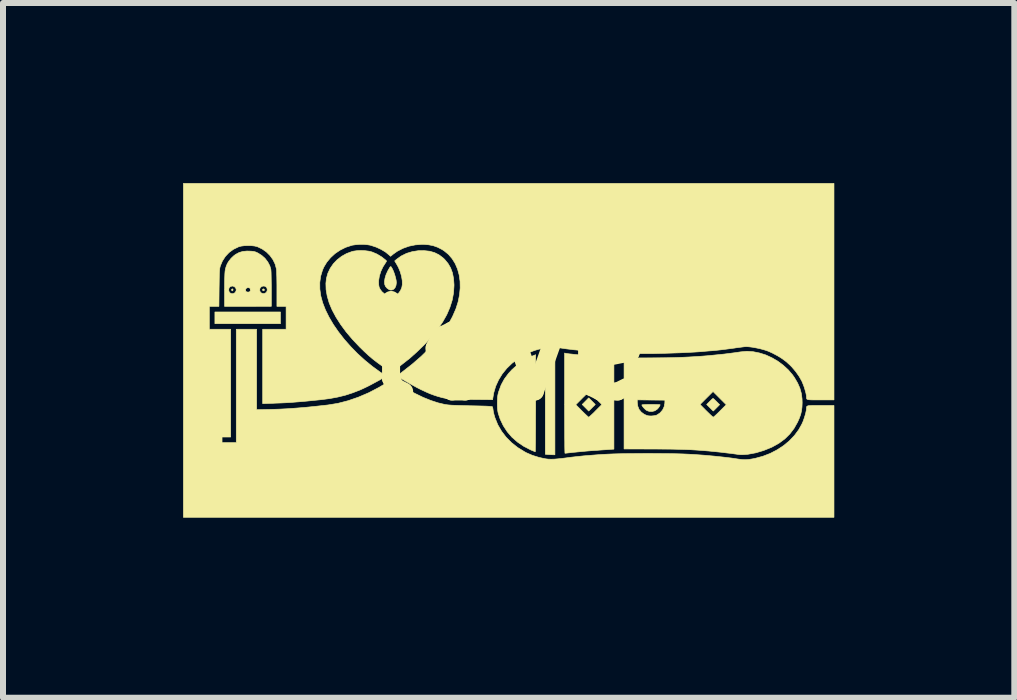
<source format=kicad_pcb>
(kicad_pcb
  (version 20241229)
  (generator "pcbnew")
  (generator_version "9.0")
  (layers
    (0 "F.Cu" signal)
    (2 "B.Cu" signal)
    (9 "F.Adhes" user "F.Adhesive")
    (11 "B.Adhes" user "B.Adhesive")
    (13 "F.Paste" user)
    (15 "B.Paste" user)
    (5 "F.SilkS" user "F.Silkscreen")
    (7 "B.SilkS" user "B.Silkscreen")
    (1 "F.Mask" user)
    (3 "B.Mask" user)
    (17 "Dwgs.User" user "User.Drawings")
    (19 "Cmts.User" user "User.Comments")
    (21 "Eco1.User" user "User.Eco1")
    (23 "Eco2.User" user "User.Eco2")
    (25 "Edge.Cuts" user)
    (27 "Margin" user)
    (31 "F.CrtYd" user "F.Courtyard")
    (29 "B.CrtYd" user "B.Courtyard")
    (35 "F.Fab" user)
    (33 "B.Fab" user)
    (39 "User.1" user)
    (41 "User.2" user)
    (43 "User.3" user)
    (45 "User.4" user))
  (footprint "love"
    (layer "F.Cu")
    (at 5.424 2.782)
    (property "Reference" "love" (at 0 0 0) (layer "F.SilkS") (effects (font (size 1.524 1.524) (thickness 0.3))))
    (attr through_hole)
    (fp_poly (pts (xy -3.802 -0.44) (xy -4.894 -0.44) (xy -4.894 -0.635) (xy -3.802 -0.635) (xy -3.802 -0.44)) (stroke (width 0.01) (type solid)) (fill yes) (layer "F.SilkS"))
    (fp_poly (pts (xy 1.388 0.851) (xy 1.443 0.906) (xy 1.333 1.016) (xy 1.279 0.961) (xy 1.224 0.906) (xy 1.279 0.851) (xy 1.333 0.796) (xy 1.388 0.851)) (stroke (width 0.01) (type solid)) (fill yes) (layer "F.SilkS"))
    (fp_poly (pts (xy -4.073 -1.013) (xy -4.069 -1) (xy -4.075 -0.992) (xy -4.088 -0.987) (xy -4.097 -0.994) (xy -4.102 -1.006) (xy -4.095 -1.015) (xy -4.082 -1.02) (xy -4.073 -1.013)) (stroke (width 0.01) (type solid)) (fill yes) (layer "F.SilkS"))
    (fp_poly (pts (xy -4.592 -1.012) (xy -4.594 -0.997) (xy -4.595 -0.994) (xy -4.603 -0.986) (xy -4.612 -0.992) (xy -4.613 -0.993) (xy -4.618 -1.006) (xy -4.611 -1.015) (xy -4.598 -1.02) (xy -4.592 -1.012)) (stroke (width 0.01) (type solid)) (fill yes) (layer "F.SilkS"))
    (fp_poly (pts (xy 3.412 0.81) (xy 3.429 0.825) (xy 3.452 0.847) (xy 3.462 0.857) (xy 3.514 0.909) (xy 3.461 0.963) (xy 3.438 0.986) (xy 3.419 1.005) (xy 3.409 1.015) (xy 3.408 1.016) (xy 3.402 1.01) (xy 3.387 0.995) (xy 3.366 0.974) (xy 3.353 0.961) (xy 3.298 0.906) (xy 3.349 0.855) (xy 3.372 0.832) (xy 3.391 0.814) (xy 3.403 0.805) (xy 3.404 0.804) (xy 3.412 0.81)) (stroke (width 0.01) (type solid)) (fill yes) (layer "F.SilkS"))
    (fp_poly (pts (xy 0.77 1.744) (xy 0.718 1.743) (xy 0.684 1.741) (xy 0.653 1.74) (xy 0.637 1.738) (xy 0.61 1.735) (xy 0.61 0.889) (xy 0.61 0.738) (xy 0.61 0.6) (xy 0.61 0.477) (xy 0.611 0.368) (xy 0.612 0.274) (xy 0.612 0.196) (xy 0.614 0.133) (xy 0.615 0.085) (xy 0.616 0.054) (xy 0.617 0.039) (xy 0.618 0.038) (xy 0.63 0.035) (xy 0.654 0.032) (xy 0.686 0.029) (xy 0.698 0.028) (xy 0.77 0.023) (xy 0.77 1.744)) (stroke (width 0.01) (type solid)) (fill yes) (layer "F.SilkS"))
    (fp_poly (pts (xy 2.419 0.906) (xy 2.462 0.907) (xy 2.495 0.908) (xy 2.516 0.909) (xy 2.523 0.911) (xy 2.518 0.926) (xy 2.505 0.948) (xy 2.488 0.97) (xy 2.475 0.984) (xy 2.435 1.011) (xy 2.389 1.023) (xy 2.341 1.021) (xy 2.301 1.007) (xy 2.281 0.993) (xy 2.259 0.972) (xy 2.238 0.948) (xy 2.223 0.927) (xy 2.218 0.913) (xy 2.226 0.911) (xy 2.249 0.909) (xy 2.282 0.907) (xy 2.325 0.906) (xy 2.371 0.906) (xy 2.419 0.906)) (stroke (width 0.01) (type solid)) (fill yes) (layer "F.SilkS"))
    (fp_poly (pts (xy -1.958 -1.387) (xy -1.958 -1.387) (xy -1.939 -1.356) (xy -1.919 -1.313) (xy -1.901 -1.264) (xy -1.886 -1.212) (xy -1.875 -1.164) (xy -1.871 -1.124) (xy -1.871 -1.123) (xy -1.877 -1.078) (xy -1.892 -1.041) (xy -1.914 -1.015) (xy -1.943 -1.001) (xy -1.975 -1.001) (xy -1.99 -1.006) (xy -2.026 -1.031) (xy -2.053 -1.063) (xy -2.066 -1.097) (xy -2.069 -1.142) (xy -2.061 -1.195) (xy -2.044 -1.253) (xy -2.017 -1.313) (xy -2.013 -1.321) (xy -1.993 -1.356) (xy -1.98 -1.378) (xy -1.971 -1.389) (xy -1.964 -1.391) (xy -1.958 -1.387)) (stroke (width 0.01) (type solid)) (fill yes) (layer "F.SilkS"))
    (fp_poly (pts (xy 0.449 0.885) (xy 0.449 1.001) (xy 0.448 1.111) (xy 0.448 1.216) (xy 0.448 1.313) (xy 0.447 1.401) (xy 0.447 1.481) (xy 0.446 1.549) (xy 0.445 1.605) (xy 0.444 1.649) (xy 0.444 1.678) (xy 0.443 1.692) (xy 0.442 1.693) (xy 0.432 1.69) (xy 0.411 1.681) (xy 0.382 1.669) (xy 0.37 1.664) (xy 0.253 1.604) (xy 0.148 1.533) (xy 0.055 1.452) (xy -0.024 1.36) (xy -0.09 1.259) (xy -0.142 1.15) (xy -0.175 1.05) (xy -0.182 1.014) (xy -0.187 0.97) (xy -0.189 0.915) (xy -0.189 0.881) (xy -0.188 0.83) (xy -0.186 0.791) (xy -0.182 0.758) (xy -0.176 0.728) (xy -0.167 0.693) (xy -0.166 0.692) (xy -0.126 0.582) (xy -0.072 0.482) (xy -0.003 0.389) (xy 0.055 0.326) (xy 0.151 0.24) (xy 0.255 0.168) (xy 0.364 0.111) (xy 0.397 0.098) (xy 0.449 0.077) (xy 0.449 0.885)) (stroke (width 0.01) (type solid)) (fill yes) (layer "F.SilkS"))
    (fp_poly (pts (xy 0.95 0.054) (xy 0.962 0.056) (xy 0.982 0.059) (xy 1.011 0.063) (xy 1.052 0.067) (xy 1.105 0.073) (xy 1.173 0.08) (xy 1.211 0.084) (xy 1.28 0.091) (xy 1.362 0.098) (xy 1.452 0.104) (xy 1.545 0.11) (xy 1.636 0.115) (xy 1.645 0.116) (xy 1.753 0.121) (xy 1.753 1.65) (xy 1.691 1.654) (xy 1.665 1.656) (xy 1.625 1.659) (xy 1.575 1.662) (xy 1.518 1.666) (xy 1.458 1.671) (xy 1.431 1.672) (xy 1.363 1.677) (xy 1.291 1.683) (xy 1.218 1.69) (xy 1.152 1.696) (xy 1.096 1.702) (xy 1.088 1.702) (xy 1.04 1.708) (xy 0.999 1.712) (xy 0.966 1.716) (xy 0.944 1.718) (xy 0.938 1.719) (xy 0.937 1.71) (xy 0.936 1.686) (xy 0.935 1.648) (xy 0.934 1.595) (xy 0.934 1.531) (xy 0.933 1.455) (xy 0.933 1.369) (xy 0.932 1.274) (xy 0.932 1.172) (xy 0.931 1.062) (xy 0.931 0.948) (xy 0.931 0.91) (xy 1.118 0.91) (xy 1.221 1.014) (xy 1.256 1.048) (xy 1.286 1.077) (xy 1.311 1.1) (xy 1.327 1.114) (xy 1.333 1.118) (xy 1.342 1.112) (xy 1.36 1.096) (xy 1.386 1.072) (xy 1.418 1.042) (xy 1.447 1.012) (xy 1.552 0.907) (xy 1.444 0.8) (xy 1.335 0.693) (xy 1.226 0.801) (xy 1.118 0.91) (xy 0.931 0.91) (xy 0.931 0.884) (xy 0.931 0.049) (xy 0.95 0.054)) (stroke (width 0.01) (type solid)) (fill yes) (layer "F.SilkS"))
    (fp_poly (pts (xy -4.322 -1.649) (xy -4.28 -1.647) (xy -4.249 -1.643) (xy -4.223 -1.637) (xy -4.196 -1.626) (xy -4.178 -1.617) (xy -4.115 -1.578) (xy -4.059 -1.528) (xy -4.013 -1.468) (xy -3.979 -1.403) (xy -3.962 -1.345) (xy -3.96 -1.326) (xy -3.958 -1.293) (xy -3.957 -1.247) (xy -3.956 -1.192) (xy -3.955 -1.129) (xy -3.954 -1.06) (xy -3.954 -1.015) (xy -3.954 -0.729) (xy -4.343 -0.728) (xy -4.733 -0.728) (xy -4.733 -1.003) (xy -4.665 -1.003) (xy -4.658 -0.973) (xy -4.641 -0.952) (xy -4.616 -0.94) (xy -4.59 -0.94) (xy -4.564 -0.953) (xy -4.556 -0.962) (xy -4.543 -0.983) (xy -4.541 -0.991) (xy -4.384 -0.991) (xy -4.378 -0.978) (xy -4.36 -0.968) (xy -4.336 -0.966) (xy -4.315 -0.972) (xy -4.311 -0.975) (xy -4.302 -0.995) (xy -4.303 -1.006) (xy -4.149 -1.006) (xy -4.142 -0.975) (xy -4.123 -0.953) (xy -4.098 -0.942) (xy -4.07 -0.942) (xy -4.043 -0.957) (xy -4.041 -0.958) (xy -4.025 -0.983) (xy -4.022 -1.013) (xy -4.031 -1.041) (xy -4.039 -1.05) (xy -4.064 -1.065) (xy -4.092 -1.067) (xy -4.118 -1.057) (xy -4.139 -1.038) (xy -4.148 -1.011) (xy -4.149 -1.006) (xy -4.303 -1.006) (xy -4.304 -1.017) (xy -4.313 -1.033) (xy -4.33 -1.039) (xy -4.349 -1.04) (xy -4.37 -1.031) (xy -4.382 -1.013) (xy -4.384 -0.991) (xy -4.541 -0.991) (xy -4.538 -1.003) (xy -4.538 -1.003) (xy -4.546 -1.031) (xy -4.566 -1.054) (xy -4.593 -1.066) (xy -4.602 -1.067) (xy -4.634 -1.06) (xy -4.656 -1.04) (xy -4.665 -1.009) (xy -4.665 -1.003) (xy -4.733 -1.003) (xy -4.733 -1.01) (xy -4.733 -1.095) (xy -4.732 -1.167) (xy -4.73 -1.225) (xy -4.728 -1.273) (xy -4.725 -1.312) (xy -4.72 -1.344) (xy -4.713 -1.372) (xy -4.705 -1.397) (xy -4.695 -1.422) (xy -4.687 -1.441) (xy -4.66 -1.484) (xy -4.624 -1.529) (xy -4.582 -1.569) (xy -4.549 -1.594) (xy -4.491 -1.625) (xy -4.43 -1.643) (xy -4.361 -1.65) (xy -4.322 -1.649)) (stroke (width 0.01) (type solid)) (fill yes) (layer "F.SilkS"))
    (fp_poly (pts (xy -2.395 -1.656) (xy -2.332 -1.648) (xy -2.278 -1.635) (xy -2.278 -1.635) (xy -2.195 -1.6) (xy -2.114 -1.551) (xy -2.046 -1.497) (xy -2.037 -1.487) (xy -2.036 -1.478) (xy -2.045 -1.464) (xy -2.051 -1.455) (xy -2.095 -1.386) (xy -2.13 -1.311) (xy -2.154 -1.234) (xy -2.166 -1.161) (xy -2.167 -1.135) (xy -2.165 -1.085) (xy -2.158 -1.047) (xy -2.142 -1.014) (xy -2.117 -0.98) (xy -2.107 -0.969) (xy -2.061 -0.93) (xy -2.013 -0.906) (xy -1.964 -0.897) (xy -1.916 -0.902) (xy -1.872 -0.92) (xy -1.833 -0.95) (xy -1.802 -0.992) (xy -1.78 -1.044) (xy -1.772 -1.091) (xy -1.773 -1.157) (xy -1.785 -1.23) (xy -1.807 -1.305) (xy -1.838 -1.38) (xy -1.868 -1.434) (xy -1.899 -1.485) (xy -1.869 -1.511) (xy -1.791 -1.567) (xy -1.702 -1.611) (xy -1.606 -1.64) (xy -1.504 -1.656) (xy -1.41 -1.657) (xy -1.317 -1.647) (xy -1.236 -1.624) (xy -1.163 -1.588) (xy -1.097 -1.539) (xy -1.066 -1.51) (xy -1.01 -1.442) (xy -0.967 -1.368) (xy -0.937 -1.287) (xy -0.919 -1.195) (xy -0.911 -1.093) (xy -0.911 -1.071) (xy -0.919 -0.951) (xy -0.941 -0.832) (xy -0.979 -0.712) (xy -1.031 -0.591) (xy -1.099 -0.47) (xy -1.183 -0.348) (xy -1.282 -0.223) (xy -1.398 -0.097) (xy -1.53 0.031) (xy -1.647 0.136) (xy -1.664 0.15) (xy -1.692 0.171) (xy -1.727 0.199) (xy -1.767 0.23) (xy -1.809 0.263) (xy -1.85 0.294) (xy -1.887 0.322) (xy -1.905 0.335) (xy -1.952 0.37) (xy -2.011 0.331) (xy -2.106 0.267) (xy -2.189 0.207) (xy -2.264 0.149) (xy -2.336 0.088) (xy -2.407 0.022) (xy -2.481 -0.05) (xy -2.601 -0.177) (xy -2.707 -0.302) (xy -2.799 -0.427) (xy -2.877 -0.549) (xy -2.941 -0.669) (xy -2.99 -0.785) (xy -3.023 -0.899) (xy -3.042 -1.008) (xy -3.045 -1.112) (xy -3.036 -1.194) (xy -3.012 -1.281) (xy -2.973 -1.362) (xy -2.921 -1.438) (xy -2.857 -1.505) (xy -2.783 -1.562) (xy -2.701 -1.608) (xy -2.612 -1.641) (xy -2.584 -1.648) (xy -2.527 -1.656) (xy -2.462 -1.659) (xy -2.395 -1.656)) (stroke (width 0.01) (type solid)) (fill yes) (layer "F.SilkS"))
    (fp_poly (pts (xy 4.073 0.027) (xy 4.178 0.048) (xy 4.283 0.081) (xy 4.385 0.128) (xy 4.483 0.185) (xy 4.574 0.253) (xy 4.657 0.329) (xy 4.73 0.415) (xy 4.762 0.461) (xy 4.814 0.55) (xy 4.851 0.635) (xy 4.875 0.721) (xy 4.887 0.812) (xy 4.889 0.876) (xy 4.886 0.949) (xy 4.878 1.013) (xy 4.864 1.073) (xy 4.841 1.136) (xy 4.813 1.199) (xy 4.754 1.304) (xy 4.683 1.397) (xy 4.6 1.479) (xy 4.504 1.55) (xy 4.395 1.611) (xy 4.382 1.618) (xy 4.249 1.672) (xy 4.118 1.711) (xy 3.989 1.735) (xy 3.981 1.736) (xy 3.935 1.74) (xy 3.899 1.742) (xy 3.865 1.742) (xy 3.828 1.739) (xy 3.782 1.732) (xy 3.772 1.731) (xy 3.738 1.726) (xy 3.691 1.72) (xy 3.637 1.714) (xy 3.58 1.707) (xy 3.539 1.702) (xy 3.432 1.691) (xy 3.331 1.681) (xy 3.233 1.673) (xy 3.136 1.666) (xy 3.038 1.66) (xy 2.936 1.656) (xy 2.827 1.653) (xy 2.71 1.65) (xy 2.582 1.649) (xy 2.439 1.648) (xy 2.385 1.648) (xy 1.922 1.647) (xy 1.922 0.889) (xy 1.922 0.829) (xy 2.142 0.829) (xy 2.142 0.87) (xy 2.15 0.933) (xy 2.171 0.987) (xy 2.208 1.033) (xy 2.258 1.07) (xy 2.302 1.089) (xy 2.333 1.096) (xy 2.374 1.098) (xy 2.416 1.094) (xy 2.454 1.087) (xy 2.472 1.08) (xy 2.523 1.045) (xy 2.563 0.999) (xy 2.589 0.945) (xy 2.597 0.906) (xy 3.188 0.906) (xy 3.293 1.012) (xy 3.328 1.046) (xy 3.359 1.076) (xy 3.384 1.099) (xy 3.401 1.113) (xy 3.408 1.118) (xy 3.416 1.112) (xy 3.435 1.096) (xy 3.461 1.072) (xy 3.492 1.042) (xy 3.52 1.014) (xy 3.624 0.91) (xy 3.514 0.8) (xy 3.404 0.69) (xy 3.296 0.798) (xy 3.188 0.906) (xy 2.597 0.906) (xy 2.601 0.887) (xy 2.601 0.883) (xy 2.603 0.834) (xy 2.373 0.832) (xy 2.142 0.829) (xy 1.922 0.829) (xy 1.922 0.131) (xy 2.347 0.13) (xy 2.468 0.129) (xy 2.575 0.128) (xy 2.67 0.127) (xy 2.758 0.125) (xy 2.841 0.122) (xy 2.922 0.119) (xy 3.004 0.115) (xy 3.09 0.11) (xy 3.183 0.104) (xy 3.213 0.102) (xy 3.301 0.095) (xy 3.396 0.086) (xy 3.495 0.076) (xy 3.593 0.066) (xy 3.687 0.054) (xy 3.773 0.043) (xy 3.847 0.032) (xy 3.869 0.029) (xy 3.969 0.02) (xy 4.073 0.027)) (stroke (width 0.01) (type solid)) (fill yes) (layer "F.SilkS"))
    (fp_poly (pts (xy 5.419 0.83) (xy 5.195 0.83) (xy 5.126 0.83) (xy 5.072 0.83) (xy 5.032 0.829) (xy 5.002 0.827) (xy 4.983 0.823) (xy 4.97 0.818) (xy 4.964 0.811) (xy 4.962 0.8) (xy 4.961 0.787) (xy 4.961 0.779) (xy 4.958 0.75) (xy 4.95 0.711) (xy 4.937 0.664) (xy 4.922 0.614) (xy 4.904 0.567) (xy 4.887 0.526) (xy 4.885 0.52) (xy 4.839 0.439) (xy 4.782 0.358) (xy 4.716 0.28) (xy 4.683 0.247) (xy 4.622 0.192) (xy 4.555 0.142) (xy 4.481 0.096) (xy 4.396 0.051) (xy 4.339 0.025) (xy 4.296 0.008) (xy 4.243 -0.008) (xy 4.183 -0.024) (xy 4.12 -0.037) (xy 4.059 -0.048) (xy 4.003 -0.055) (xy 3.958 -0.058) (xy 3.937 -0.057) (xy 3.911 -0.054) (xy 3.873 -0.049) (xy 3.828 -0.043) (xy 3.78 -0.037) (xy 3.772 -0.035) (xy 3.689 -0.024) (xy 3.605 -0.013) (xy 3.523 -0.003) (xy 3.448 0.005) (xy 3.384 0.011) (xy 3.365 0.012) (xy 3.327 0.015) (xy 3.279 0.019) (xy 3.229 0.024) (xy 3.205 0.026) (xy 3.159 0.029) (xy 3.098 0.033) (xy 3.026 0.037) (xy 2.946 0.041) (xy 2.859 0.045) (xy 2.768 0.048) (xy 2.676 0.051) (xy 2.587 0.054) (xy 2.502 0.056) (xy 2.424 0.058) (xy 2.355 0.059) (xy 2.316 0.059) (xy 2.255 0.059) (xy 2.182 0.058) (xy 2.101 0.056) (xy 2.013 0.053) (xy 1.921 0.05) (xy 1.829 0.047) (xy 1.738 0.043) (xy 1.652 0.039) (xy 1.573 0.035) (xy 1.504 0.031) (xy 1.447 0.028) (xy 1.422 0.026) (xy 1.343 0.018) (xy 1.278 0.013) (xy 1.225 0.008) (xy 1.182 0.004) (xy 1.146 0.00049) (xy 1.115 -0.003) (xy 1.088 -0.005) (xy 1.06 -0.008) (xy 1.058 -0.009) (xy 1.017 -0.014) (xy 0.966 -0.02) (xy 0.912 -0.028) (xy 0.864 -0.035) (xy 0.799 -0.043) (xy 0.746 -0.048) (xy 0.7 -0.048) (xy 0.682 -0.047) (xy 0.622 -0.039) (xy 0.556 -0.027) (xy 0.492 -0.012) (xy 0.435 0.005) (xy 0.421 0.01) (xy 0.391 0.021) (xy 0.363 0.032) (xy 0.351 0.036) (xy 0.332 0.044) (xy 0.303 0.058) (xy 0.27 0.075) (xy 0.263 0.078) (xy 0.154 0.144) (xy 0.055 0.22) (xy -0.033 0.305) (xy -0.108 0.398) (xy -0.169 0.498) (xy -0.217 0.603) (xy -0.249 0.712) (xy -0.257 0.758) (xy -0.268 0.826) (xy -0.61 0.823) (xy -0.707 0.822) (xy -0.789 0.821) (xy -0.858 0.819) (xy -0.917 0.817) (xy -0.967 0.814) (xy -1.01 0.809) (xy -1.049 0.804) (xy -1.085 0.797) (xy -1.12 0.789) (xy -1.157 0.778) (xy -1.177 0.773) (xy -1.242 0.752) (xy -1.307 0.728) (xy -1.374 0.699) (xy -1.449 0.664) (xy -1.486 0.646) (xy -1.529 0.624) (xy -1.578 0.597) (xy -1.63 0.568) (xy -1.682 0.538) (xy -1.732 0.509) (xy -1.775 0.483) (xy -1.81 0.461) (xy -1.834 0.445) (xy -1.837 0.442) (xy -1.856 0.427) (xy -1.773 0.364) (xy -1.608 0.235) (xy -1.457 0.104) (xy -1.322 -0.028) (xy -1.202 -0.16) (xy -1.097 -0.293) (xy -1.008 -0.425) (xy -0.936 -0.557) (xy -0.879 -0.688) (xy -0.843 -0.801) (xy -0.819 -0.919) (xy -0.808 -1.035) (xy -0.81 -1.146) (xy -0.825 -1.252) (xy -0.852 -1.35) (xy -0.891 -1.441) (xy -0.942 -1.523) (xy -1.003 -1.594) (xy -1.075 -1.653) (xy -1.109 -1.675) (xy -1.183 -1.713) (xy -1.256 -1.739) (xy -1.332 -1.754) (xy -1.417 -1.761) (xy -1.445 -1.761) (xy -1.554 -1.753) (xy -1.661 -1.731) (xy -1.762 -1.695) (xy -1.855 -1.647) (xy -1.919 -1.602) (xy -1.968 -1.562) (xy -1.994 -1.586) (xy -2.053 -1.634) (xy -2.125 -1.677) (xy -2.206 -1.715) (xy -2.291 -1.743) (xy -2.308 -1.748) (xy -2.358 -1.756) (xy -2.418 -1.761) (xy -2.482 -1.761) (xy -2.546 -1.756) (xy -2.602 -1.748) (xy -2.617 -1.744) (xy -2.715 -1.712) (xy -2.807 -1.666) (xy -2.892 -1.609) (xy -2.966 -1.541) (xy -3.03 -1.465) (xy -3.08 -1.382) (xy -3.102 -1.331) (xy -3.133 -1.229) (xy -3.147 -1.124) (xy -3.146 -1.015) (xy -3.13 -0.902) (xy -3.099 -0.788) (xy -3.053 -0.67) (xy -2.993 -0.549) (xy -2.92 -0.425) (xy -2.834 -0.301) (xy -2.738 -0.178) (xy -2.632 -0.058) (xy -2.519 0.058) (xy -2.398 0.168) (xy -2.272 0.271) (xy -2.143 0.365) (xy -2.108 0.388) (xy -2.079 0.409) (xy -2.059 0.424) (xy -2.05 0.432) (xy -2.049 0.432) (xy -2.056 0.44) (xy -2.076 0.454) (xy -2.107 0.473) (xy -2.146 0.496) (xy -2.192 0.521) (xy -2.242 0.548) (xy -2.294 0.576) (xy -2.346 0.603) (xy -2.396 0.627) (xy -2.441 0.648) (xy -2.476 0.664) (xy -2.6 0.712) (xy -2.723 0.752) (xy -2.85 0.783) (xy -2.985 0.808) (xy -3.124 0.826) (xy -3.245 0.838) (xy -3.353 0.849) (xy -3.45 0.858) (xy -3.54 0.865) (xy -3.625 0.872) (xy -3.709 0.877) (xy -3.795 0.881) (xy -3.887 0.884) (xy -3.921 0.886) (xy -4.098 0.892) (xy -4.098 -0.347) (xy -3.708 -0.347) (xy -3.708 -0.728) (xy -3.861 -0.728) (xy -3.861 -1.014) (xy -3.861 -1.085) (xy -3.862 -1.152) (xy -3.863 -1.215) (xy -3.865 -1.269) (xy -3.866 -1.313) (xy -3.868 -1.343) (xy -3.87 -1.355) (xy -3.891 -1.433) (xy -3.927 -1.507) (xy -3.976 -1.575) (xy -4.036 -1.635) (xy -4.106 -1.684) (xy -4.183 -1.721) (xy -4.191 -1.724) (xy -4.234 -1.734) (xy -4.287 -1.74) (xy -4.346 -1.741) (xy -4.404 -1.739) (xy -4.457 -1.732) (xy -4.499 -1.721) (xy -4.5 -1.72) (xy -4.585 -1.679) (xy -4.659 -1.625) (xy -4.72 -1.56) (xy -4.769 -1.484) (xy -4.803 -1.404) (xy -4.807 -1.389) (xy -4.811 -1.373) (xy -4.814 -1.355) (xy -4.816 -1.333) (xy -4.818 -1.304) (xy -4.82 -1.267) (xy -4.821 -1.22) (xy -4.822 -1.161) (xy -4.823 -1.089) (xy -4.824 -1.039) (xy -4.827 -0.728) (xy -4.987 -0.728) (xy -4.987 -0.347) (xy -4.631 -0.347) (xy -4.631 1.448) (xy -4.775 1.448) (xy -4.775 1.541) (xy -4.538 1.541) (xy -4.538 -0.347) (xy -4.199 -0.347) (xy -4.199 0.323) (xy -4.199 0.993) (xy -3.956 0.988) (xy -3.824 0.984) (xy -3.688 0.977) (xy -3.546 0.967) (xy -3.397 0.955) (xy -3.237 0.939) (xy -3.063 0.92) (xy -3.01 0.914) (xy -2.844 0.887) (xy -2.674 0.843) (xy -2.503 0.784) (xy -2.33 0.71) (xy -2.158 0.62) (xy -2.048 0.554) (xy -1.949 0.493) (xy -1.853 0.555) (xy -1.706 0.644) (xy -1.563 0.721) (xy -1.427 0.787) (xy -1.298 0.839) (xy -1.176 0.879) (xy -1.062 0.906) (xy -1.011 0.913) (xy -0.988 0.915) (xy -0.949 0.918) (xy -0.899 0.92) (xy -0.838 0.922) (xy -0.77 0.924) (xy -0.697 0.926) (xy -0.62 0.928) (xy -0.612 0.928) (xy -0.514 0.93) (xy -0.433 0.932) (xy -0.369 0.934) (xy -0.321 0.937) (xy -0.289 0.939) (xy -0.274 0.942) (xy -0.272 0.943) (xy -0.267 0.956) (xy -0.262 0.98) (xy -0.259 1.003) (xy -0.254 1.035) (xy -0.244 1.075) (xy -0.232 1.117) (xy -0.228 1.129) (xy -0.181 1.245) (xy -0.118 1.353) (xy -0.042 1.452) (xy 0.048 1.543) (xy 0.151 1.624) (xy 0.265 1.694) (xy 0.294 1.71) (xy 0.394 1.753) (xy 0.503 1.787) (xy 0.577 1.804) (xy 0.62 1.812) (xy 0.663 1.817) (xy 0.707 1.818) (xy 0.757 1.817) (xy 0.815 1.812) (xy 0.885 1.805) (xy 0.948 1.797) (xy 1.047 1.784) (xy 1.146 1.773) (xy 1.251 1.762) (xy 1.364 1.753) (xy 1.489 1.743) (xy 1.566 1.738) (xy 1.643 1.734) (xy 1.734 1.73) (xy 1.836 1.727) (xy 1.949 1.725) (xy 2.068 1.724) (xy 2.192 1.723) (xy 2.318 1.722) (xy 2.445 1.723) (xy 2.569 1.724) (xy 2.688 1.725) (xy 2.799 1.727) (xy 2.901 1.73) (xy 2.991 1.734) (xy 3.067 1.738) (xy 3.069 1.738) (xy 3.251 1.751) (xy 3.419 1.766) (xy 3.571 1.782) (xy 3.707 1.798) (xy 3.827 1.816) (xy 3.835 1.817) (xy 3.89 1.824) (xy 3.943 1.826) (xy 3.999 1.822) (xy 4.062 1.812) (xy 4.108 1.803) (xy 4.236 1.768) (xy 4.358 1.721) (xy 4.473 1.661) (xy 4.58 1.591) (xy 4.676 1.511) (xy 4.761 1.422) (xy 4.832 1.326) (xy 4.884 1.233) (xy 4.902 1.193) (xy 4.919 1.146) (xy 4.935 1.096) (xy 4.948 1.049) (xy 4.957 1.007) (xy 4.961 0.977) (xy 4.961 0.973) (xy 4.961 0.959) (xy 4.963 0.947) (xy 4.967 0.938) (xy 4.976 0.932) (xy 4.991 0.927) (xy 5.015 0.925) (xy 5.05 0.923) (xy 5.097 0.923) (xy 5.158 0.923) (xy 5.195 0.923) (xy 5.419 0.923) (xy 5.419 2.786) (xy -5.419 2.786) (xy -5.419 -2.777) (xy 5.419 -2.777) (xy 5.419 0.83)) (stroke (width 0.01) (type solid)) (fill yes) (layer "F.SilkS")))
  (gr_rect
    (start -3 -3)
    (end 13.847 8.573)
    (stroke (width 0.1) (type default))
    (fill no)
    (layer "Edge.Cuts")))
</source>
